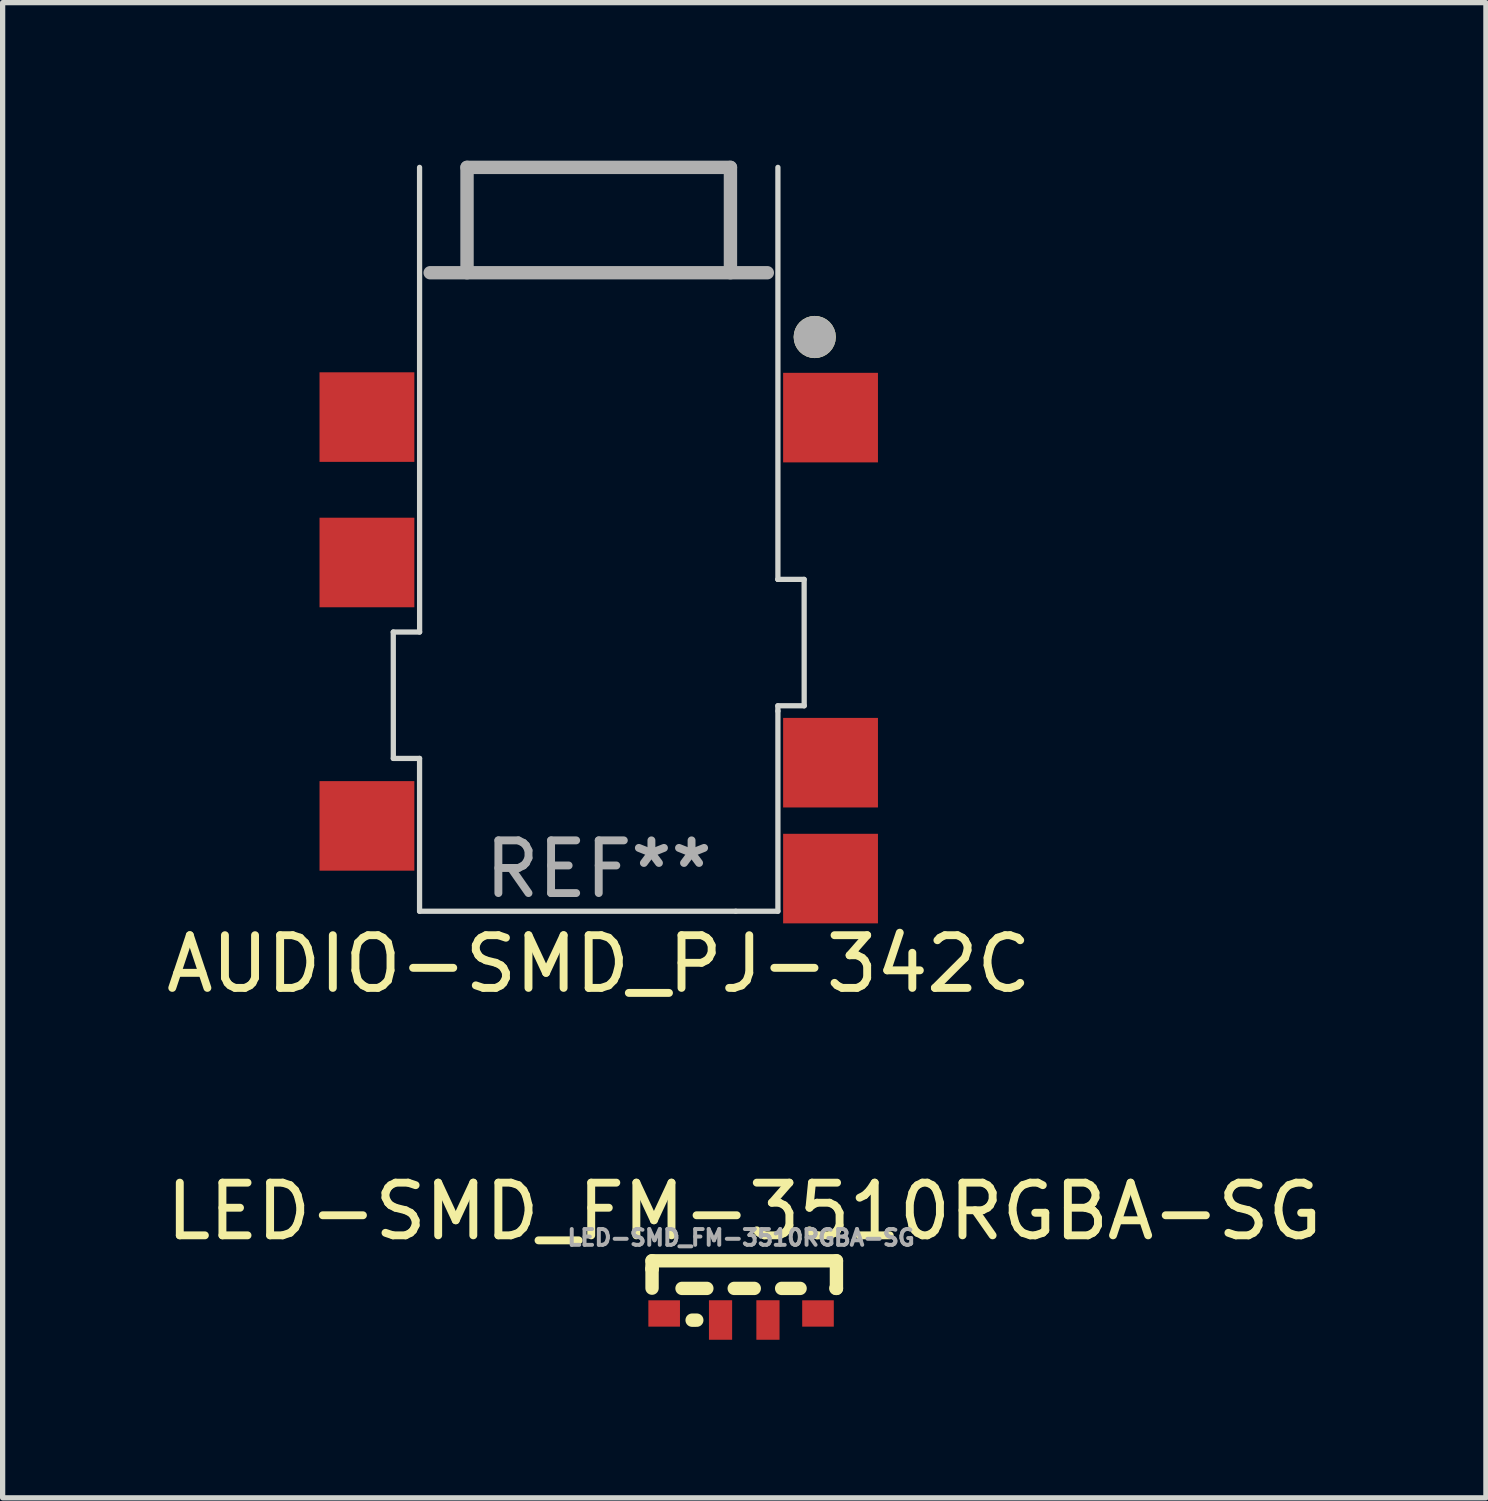
<source format=kicad_pcb>
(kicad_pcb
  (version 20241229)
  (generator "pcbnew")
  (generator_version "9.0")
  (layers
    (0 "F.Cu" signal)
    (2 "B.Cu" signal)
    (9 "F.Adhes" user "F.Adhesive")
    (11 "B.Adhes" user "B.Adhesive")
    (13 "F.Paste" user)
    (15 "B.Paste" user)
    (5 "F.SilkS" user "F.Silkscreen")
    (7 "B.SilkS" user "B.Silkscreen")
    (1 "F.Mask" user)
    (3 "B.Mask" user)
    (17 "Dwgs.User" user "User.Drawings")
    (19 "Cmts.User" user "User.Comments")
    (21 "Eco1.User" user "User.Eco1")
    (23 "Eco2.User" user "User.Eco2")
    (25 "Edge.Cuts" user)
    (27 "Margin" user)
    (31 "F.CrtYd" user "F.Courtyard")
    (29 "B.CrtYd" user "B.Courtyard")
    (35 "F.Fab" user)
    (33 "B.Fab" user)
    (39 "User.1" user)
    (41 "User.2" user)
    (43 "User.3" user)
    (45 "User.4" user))
  (footprint "LED-SMD_FM-3510RGBA-SG"
    (layer "F.Cu")
    (at 11.017 21.944)
    (property "Reference" "LED-SMD_FM-3510RGBA-SG" (at 0.06 -2 0) (layer "F.SilkS") (effects (font (size 1 1) (thickness 0.15))))
    (attr through_hole)
    (fp_line (start -1.69 -1.063) (end -1.69 -0.908) (stroke (width 0.254) (type solid)) (layer "F.SilkS"))
    (fp_line (start -1.69 -0.908) (end -1.69 -0.908) (stroke (width 0.254) (type solid)) (layer "F.SilkS"))
    (fp_line (start -1.69 -0.908) (end -1.69 -0.543) (stroke (width 0.254) (type solid)) (layer "F.SilkS"))
    (fp_line (start -0.841 0.065) (end -0.929 0.065) (stroke (width 0.254) (type solid)) (layer "F.SilkS"))
    (fp_line (start -0.65 -0.538) (end -1.121 -0.538) (stroke (width 0.254) (type solid)) (layer "F.SilkS"))
    (fp_line (start 0.25 -0.538) (end -0.13 -0.538) (stroke (width 0.254) (type solid)) (layer "F.SilkS"))
    (fp_line (start 1.12 -0.538) (end 0.77 -0.538) (stroke (width 0.254) (type solid)) (layer "F.SilkS"))
    (fp_line (start 1.81 -1.062) (end -1.69 -1.062) (stroke (width 0.254) (type solid)) (layer "F.SilkS"))
    (fp_line (start 1.81 -1.062) (end 1.81 -0.538) (stroke (width 0.254) (type solid)) (layer "F.SilkS"))
    (fp_line (start 1.81 -0.538) (end 1.799 -0.538) (stroke (width 0.254) (type solid)) (layer "F.SilkS"))
    (fp_circle (center -1.75 -0.972) (end -1.72 -0.972) (stroke (width 0.06) (type solid)) (fill no) (layer "F.SilkS"))
    (fp_text user "${REFERENCE}" (at 0 -1.5 0) (layer "F.Fab") (effects (font (size 0.3 0.3) (thickness 0.075))))
    (pad "1" smd rect (at -1.46 -0.062 180) (size 0.6 0.5) (layers "F.Cu" "F.Mask" "F.Paste"))
    (pad "2" smd rect (at -0.39 0.062 270) (size 0.75 0.44) (layers "F.Cu" "F.Mask" "F.Paste"))
    (pad "3" smd rect (at 0.51 0.062 270) (size 0.75 0.44) (layers "F.Cu" "F.Mask" "F.Paste"))
    (pad "4" smd rect (at 1.46 -0.062) (size 0.6 0.5) (layers "F.Cu" "F.Mask" "F.Paste")))
  (footprint "AUDIO-SMD_PJ-342C"
    (layer "F.Cu")
    (at 8.315 9.247)
    (property "Reference" "AUDIO-SMD_PJ-342C" (at 0 6 0) (layer "F.SilkS") (effects (font (size 1 1) (thickness 0.15))))
    (attr smd)
    (fp_circle (center 4.1 -5.9) (end 4.3 -5.9) (stroke (width 0.4) (type solid)) (fill no) (layer "F.SilkS"))
    (fp_line (start -3.9 -0.3) (end -3.4 -0.3) (stroke (width 0.1) (type solid)) (layer "Edge.Cuts"))
    (fp_line (start -3.899 2.099) (end -3.9 -0.3) (stroke (width 0.1) (type solid)) (layer "Edge.Cuts"))
    (fp_line (start -3.401 2.099) (end -3.899 2.099) (stroke (width 0.1) (type solid)) (layer "Edge.Cuts"))
    (fp_line (start -3.401 5) (end -3.401 2.099) (stroke (width 0.1) (type solid)) (layer "Edge.Cuts"))
    (fp_line (start -3.4 -0.3) (end -3.401 -9.12) (stroke (width 0.1) (type solid)) (layer "Edge.Cuts"))
    (fp_line (start 2.601 5) (end -3.401 5) (stroke (width 0.1) (type solid)) (layer "Edge.Cuts"))
    (fp_line (start 2.601 5) (end 3.401 5) (stroke (width 0.1) (type solid)) (layer "Edge.Cuts"))
    (fp_line (start 3.4 1.1) (end 3.9 1.1) (stroke (width 0.1) (type solid)) (layer "Edge.Cuts"))
    (fp_line (start 3.401 -1.299) (end 3.401 -9.12) (stroke (width 0.1) (type solid)) (layer "Edge.Cuts"))
    (fp_line (start 3.401 -1.299) (end 3.401 -1.299) (stroke (width 0.1) (type solid)) (layer "Edge.Cuts"))
    (fp_line (start 3.401 1.2) (end 3.4 1.1) (stroke (width 0.1) (type solid)) (layer "Edge.Cuts"))
    (fp_line (start 3.401 5) (end 3.401 1.2) (stroke (width 0.1) (type solid)) (layer "Edge.Cuts"))
    (fp_line (start 3.899 -1.299) (end 3.401 -1.299) (stroke (width 0.1) (type solid)) (layer "Edge.Cuts"))
    (fp_line (start 3.9 1.1) (end 3.899 -1.299) (stroke (width 0.1) (type solid)) (layer "Edge.Cuts"))
    (fp_line (start -3.2 -7.12) (end 3.2 -7.12) (stroke (width 0.254) (type solid)) (layer "F.Fab"))
    (fp_line (start -2.5 -9.12) (end -2.5 -7.12) (stroke (width 0.254) (type solid)) (layer "F.Fab"))
    (fp_line (start 2.5 -9.12) (end -2.5 -9.12) (stroke (width 0.254) (type solid)) (layer "F.Fab"))
    (fp_line (start 2.5 -9.12) (end 2.5 -7.12) (stroke (width 0.254) (type solid)) (layer "F.Fab"))
    (fp_circle (center 4.1 -5.9) (end 4.3 -5.9) (stroke (width 0.4) (type solid)) (fill no) (layer "F.Fab"))
    (fp_text user "REF**" (at 0 4.2 0) (layer "F.Fab") (effects (font (size 1 1) (thickness 0.15))))
    (pad "1" smd rect (at -4.4 -4.38) (size 1.8 1.7) (layers "F.Cu" "F.Mask" "F.Paste"))
    (pad "2" smd rect (at 4.4 -4.37) (size 1.8 1.7) (layers "F.Cu" "F.Mask" "F.Paste"))
    (pad "3" smd rect (at -4.4 -1.62) (size 1.8 1.7) (layers "F.Cu" "F.Mask" "F.Paste"))
    (pad "3" smd rect (at -4.4 3.38) (size 1.8 1.7) (layers "F.Cu" "F.Mask" "F.Paste"))
    (pad "4" smd rect (at 4.4 2.18) (size 1.8 1.7) (layers "F.Cu" "F.Mask" "F.Paste"))
    (pad "4" smd rect (at 4.4 4.38) (size 1.8 1.7) (layers "F.Cu" "F.Mask" "F.Paste")))
  (gr_rect
    (start -3 -3)
    (end 25.155 25.381)
    (stroke (width 0.1) (type default))
    (fill no)
    (layer "Edge.Cuts")))
</source>
